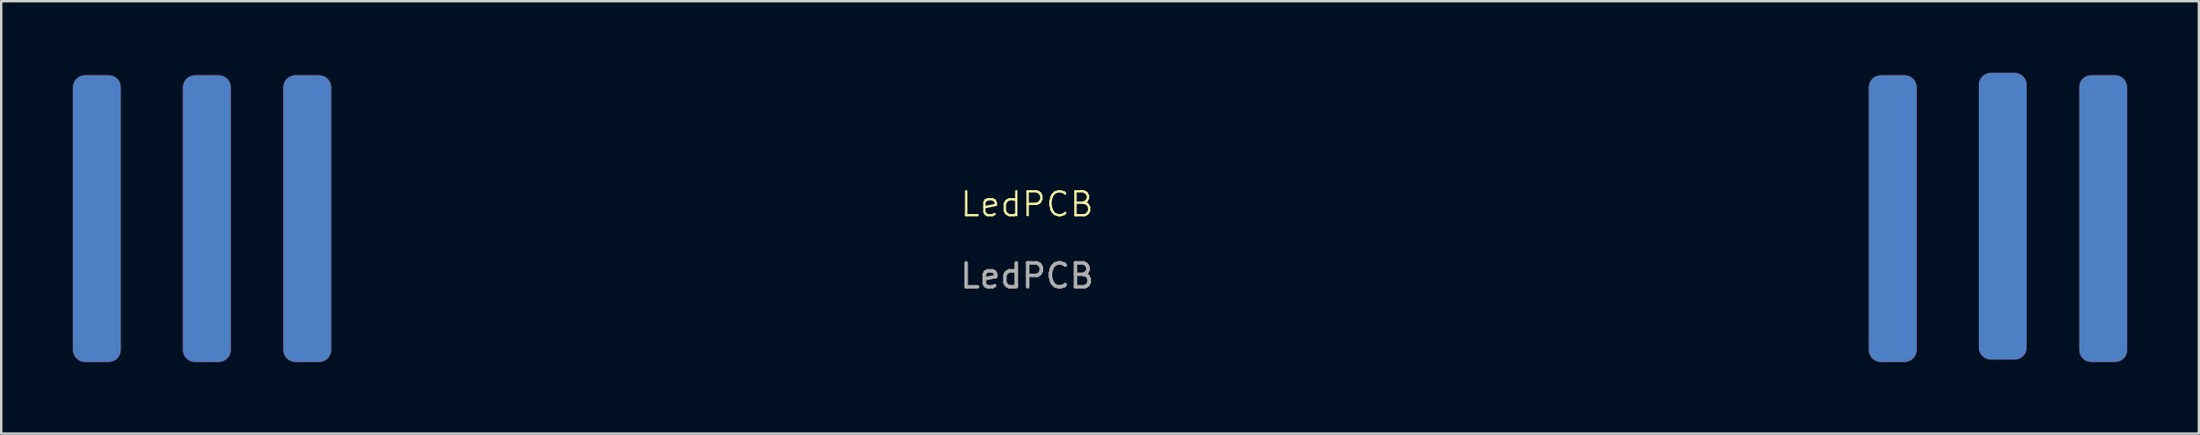
<source format=kicad_pcb>
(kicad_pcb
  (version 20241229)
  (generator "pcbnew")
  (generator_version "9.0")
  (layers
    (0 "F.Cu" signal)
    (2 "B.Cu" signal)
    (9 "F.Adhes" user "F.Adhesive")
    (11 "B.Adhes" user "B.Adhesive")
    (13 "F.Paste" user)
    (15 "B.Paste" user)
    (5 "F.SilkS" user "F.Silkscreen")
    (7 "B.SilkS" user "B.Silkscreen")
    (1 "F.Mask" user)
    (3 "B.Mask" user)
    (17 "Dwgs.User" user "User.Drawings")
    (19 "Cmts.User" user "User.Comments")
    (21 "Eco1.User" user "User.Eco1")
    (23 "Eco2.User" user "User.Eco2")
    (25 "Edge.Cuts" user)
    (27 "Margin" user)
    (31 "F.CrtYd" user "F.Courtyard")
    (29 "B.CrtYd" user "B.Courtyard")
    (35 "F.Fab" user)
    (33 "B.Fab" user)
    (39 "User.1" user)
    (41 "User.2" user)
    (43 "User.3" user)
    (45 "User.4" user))
  (footprint "LedPCB"
    (layer "F.Cu")
    (at 39.9 6)
    (property "Reference" "LedPCB" (at 0 -0.5 0) (unlocked yes) (layer "F.SilkS") (effects (font (size 1 1) (thickness 0.1))))
    (attr smd)
    (fp_text user "${REFERENCE}" (at 0 2.5 0) (unlocked yes) (layer "F.Fab") (effects (font (size 1 1) (thickness 0.15))))
    (pad "1" smd roundrect (at -38.9 0.1) (size 2 12) (layers "F.Cu" "F.Mask" "F.Paste") (roundrect_rratio 0.25))
    (pad "1" smd roundrect (at -38.9 0.1) (size 2 12) (layers "B.Cu" "B.Mask" "B.Paste") (roundrect_rratio 0.25))
    (pad "2" smd roundrect (at -34.3 0.1) (size 2 12) (layers "F.Cu" "F.Mask" "F.Paste") (roundrect_rratio 0.25))
    (pad "2" smd roundrect (at -34.3 0.1) (size 2 12) (layers "B.Cu" "B.Mask" "B.Paste") (roundrect_rratio 0.25))
    (pad "3" smd roundrect (at -30.1 0.1) (size 2 12) (layers "F.Cu" "F.Mask" "F.Paste") (roundrect_rratio 0.25))
    (pad "3" smd roundrect (at -30.1 0.1) (size 2 12) (layers "B.Cu" "B.Mask" "B.Paste") (roundrect_rratio 0.25))
    (pad "4" smd roundrect (at 36.2 0.1) (size 2 12) (layers "F.Cu" "F.Mask" "F.Paste") (roundrect_rratio 0.25))
    (pad "4" smd roundrect (at 36.2 0.1) (size 2 12) (layers "B.Cu" "B.Mask" "B.Paste") (roundrect_rratio 0.25))
    (pad "5" smd roundrect (at 40.8 0) (size 2 12) (layers "F.Cu" "F.Mask" "F.Paste") (roundrect_rratio 0.25))
    (pad "5" smd roundrect (at 40.8 0) (size 2 12) (layers "B.Cu" "B.Mask" "B.Paste") (roundrect_rratio 0.25))
    (pad "6" smd roundrect (at 45 0.1) (size 2 12) (layers "F.Cu" "F.Mask" "F.Paste") (roundrect_rratio 0.25))
    (pad "6" smd roundrect (at 45 0.1) (size 2 12) (layers "B.Cu" "B.Mask" "B.Paste") (roundrect_rratio 0.25)))
  (gr_rect
    (start -3 -3)
    (end 88.9 15.1)
    (stroke (width 0.1) (type default))
    (fill no)
    (layer "Edge.Cuts")))
</source>
